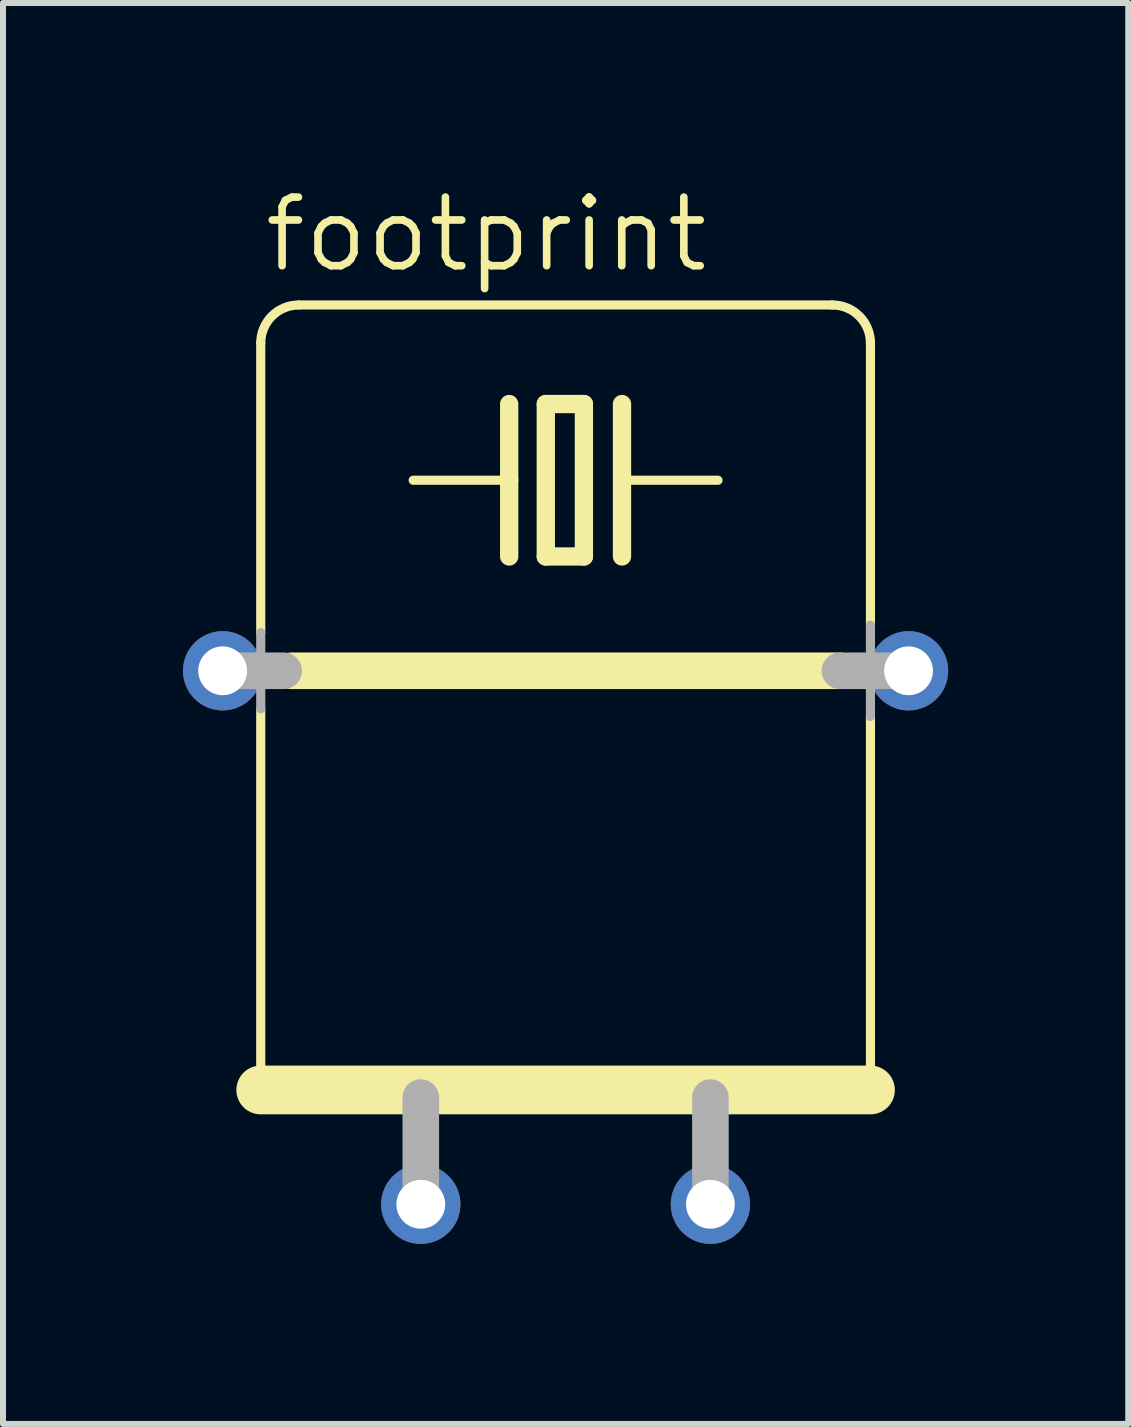
<source format=kicad_pcb>
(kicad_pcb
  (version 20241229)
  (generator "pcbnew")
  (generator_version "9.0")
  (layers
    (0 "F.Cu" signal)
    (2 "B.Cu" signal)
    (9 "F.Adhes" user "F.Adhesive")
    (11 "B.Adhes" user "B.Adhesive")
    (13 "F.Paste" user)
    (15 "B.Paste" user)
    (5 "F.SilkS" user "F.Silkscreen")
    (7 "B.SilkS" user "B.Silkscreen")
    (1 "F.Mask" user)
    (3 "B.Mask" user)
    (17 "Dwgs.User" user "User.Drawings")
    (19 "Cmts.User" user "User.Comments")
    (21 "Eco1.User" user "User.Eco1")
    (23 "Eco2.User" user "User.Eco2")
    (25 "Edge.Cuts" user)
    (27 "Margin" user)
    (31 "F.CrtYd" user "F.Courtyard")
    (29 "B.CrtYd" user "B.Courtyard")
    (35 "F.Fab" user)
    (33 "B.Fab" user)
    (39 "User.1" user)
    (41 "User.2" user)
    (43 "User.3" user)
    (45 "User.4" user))
  (footprint "footprint"
    (layer "F.Cu")
    (at 6.375 11.938)
    (property "Reference" "footprint" (at -5.08 -10.414 0) (layer "F.SilkS") (effects (font (size 1.143 1.143) (thickness 0.127)) (justify left bottom)))
    (fp_line (start -5.08 -4.445) (end -5.08 -9.271) (stroke (width 0.152) (type solid)) (layer "F.SilkS"))
    (fp_line (start -5.08 -3.175) (end -5.08 3.175) (stroke (width 0.152) (type solid)) (layer "F.SilkS"))
    (fp_line (start -5.08 3.175) (end 5.08 3.175) (stroke (width 0.813) (type solid)) (layer "F.SilkS"))
    (fp_line (start -4.572 -3.81) (end 4.572 -3.81) (stroke (width 0.61) (type solid)) (layer "F.SilkS"))
    (fp_line (start -0.94 -8.255) (end -0.94 -6.985) (stroke (width 0.305) (type solid)) (layer "F.SilkS"))
    (fp_line (start -0.94 -6.985) (end -2.54 -6.985) (stroke (width 0.152) (type solid)) (layer "F.SilkS"))
    (fp_line (start -0.94 -6.985) (end -0.94 -5.715) (stroke (width 0.305) (type solid)) (layer "F.SilkS"))
    (fp_line (start -0.33 -8.255) (end -0.33 -5.715) (stroke (width 0.305) (type solid)) (layer "F.SilkS"))
    (fp_line (start -0.33 -5.715) (end 0.305 -5.715) (stroke (width 0.305) (type solid)) (layer "F.SilkS"))
    (fp_line (start 0.305 -8.255) (end -0.33 -8.255) (stroke (width 0.305) (type solid)) (layer "F.SilkS"))
    (fp_line (start 0.305 -5.715) (end 0.305 -8.255) (stroke (width 0.305) (type solid)) (layer "F.SilkS"))
    (fp_line (start 0.94 -8.255) (end 0.94 -6.985) (stroke (width 0.305) (type solid)) (layer "F.SilkS"))
    (fp_line (start 0.94 -6.985) (end 0.94 -5.715) (stroke (width 0.305) (type solid)) (layer "F.SilkS"))
    (fp_line (start 0.94 -6.985) (end 2.54 -6.985) (stroke (width 0.152) (type solid)) (layer "F.SilkS"))
    (fp_line (start 4.445 -9.906) (end -4.445 -9.906) (stroke (width 0.152) (type solid)) (layer "F.SilkS"))
    (fp_line (start 5.08 -4.572) (end 5.08 -9.271) (stroke (width 0.152) (type solid)) (layer "F.SilkS"))
    (fp_line (start 5.08 -3.048) (end 5.08 3.175) (stroke (width 0.152) (type solid)) (layer "F.SilkS"))
    (fp_arc (start -5.08 -9.271) (mid -4.894013 -9.720013) (end -4.445 -9.906) (stroke (width 0.1524) (type solid)) (layer "F.SilkS"))
    (fp_arc (start 4.445 -9.906) (mid 4.894013 -9.720013) (end 5.08 -9.271) (stroke (width 0.1524) (type solid)) (layer "F.SilkS"))
    (fp_line (start -5.08 -4.445) (end -5.08 -3.175) (stroke (width 0.152) (type solid)) (layer "F.Fab"))
    (fp_line (start -4.699 -3.81) (end -5.715 -3.81) (stroke (width 0.61) (type solid)) (layer "F.Fab"))
    (fp_line (start -2.413 3.302) (end -2.413 5.08) (stroke (width 0.61) (type solid)) (layer "F.Fab"))
    (fp_line (start 2.413 3.302) (end 2.413 5.08) (stroke (width 0.61) (type solid)) (layer "F.Fab"))
    (fp_line (start 4.572 -3.81) (end 5.08 -3.81) (stroke (width 0.61) (type solid)) (layer "F.Fab"))
    (fp_line (start 5.08 -3.81) (end 5.08 -4.572) (stroke (width 0.152) (type solid)) (layer "F.Fab"))
    (fp_line (start 5.08 -3.81) (end 5.08 -3.048) (stroke (width 0.152) (type solid)) (layer "F.Fab"))
    (fp_line (start 5.08 -3.81) (end 5.715 -3.81) (stroke (width 0.61) (type solid)) (layer "F.Fab"))
    (pad "1" thru_hole circle (at -2.413 5.08) (size 1.321 1.321) (drill 0.813) (layers "*.Cu" "*.Mask"))
    (pad "2" thru_hole circle (at 2.413 5.08) (size 1.321 1.321) (drill 0.813) (layers "*.Cu" "*.Mask"))
    (pad "M" thru_hole circle (at -5.715 -3.81) (size 1.321 1.321) (drill 0.813) (layers "*.Cu" "*.Mask"))
    (pad "M1" thru_hole circle (at 5.715 -3.81) (size 1.321 1.321) (drill 0.813) (layers "*.Cu" "*.Mask"))
    (zone (net_name "") (layers "F.Cu" "B.Cu") (hatch edge 0.508) (connect_pads) (min_thickness 0.254) (filled_areas_thickness no) (keepout (tracks allowed) (vias not_allowed) (pads allowed) (copperpour allowed) (footprints allowed)) (placement (enabled no)) (fill) (polygon (pts (xy 0.66 17.018) (xy 12.09 17.018) (xy 12.09 1.143) (xy 0.66 1.143)))))
  (gr_rect
    (start -3 -3)
    (end 15.751 20.678)
    (stroke (width 0.1) (type default))
    (fill no)
    (layer "Edge.Cuts")))
</source>
